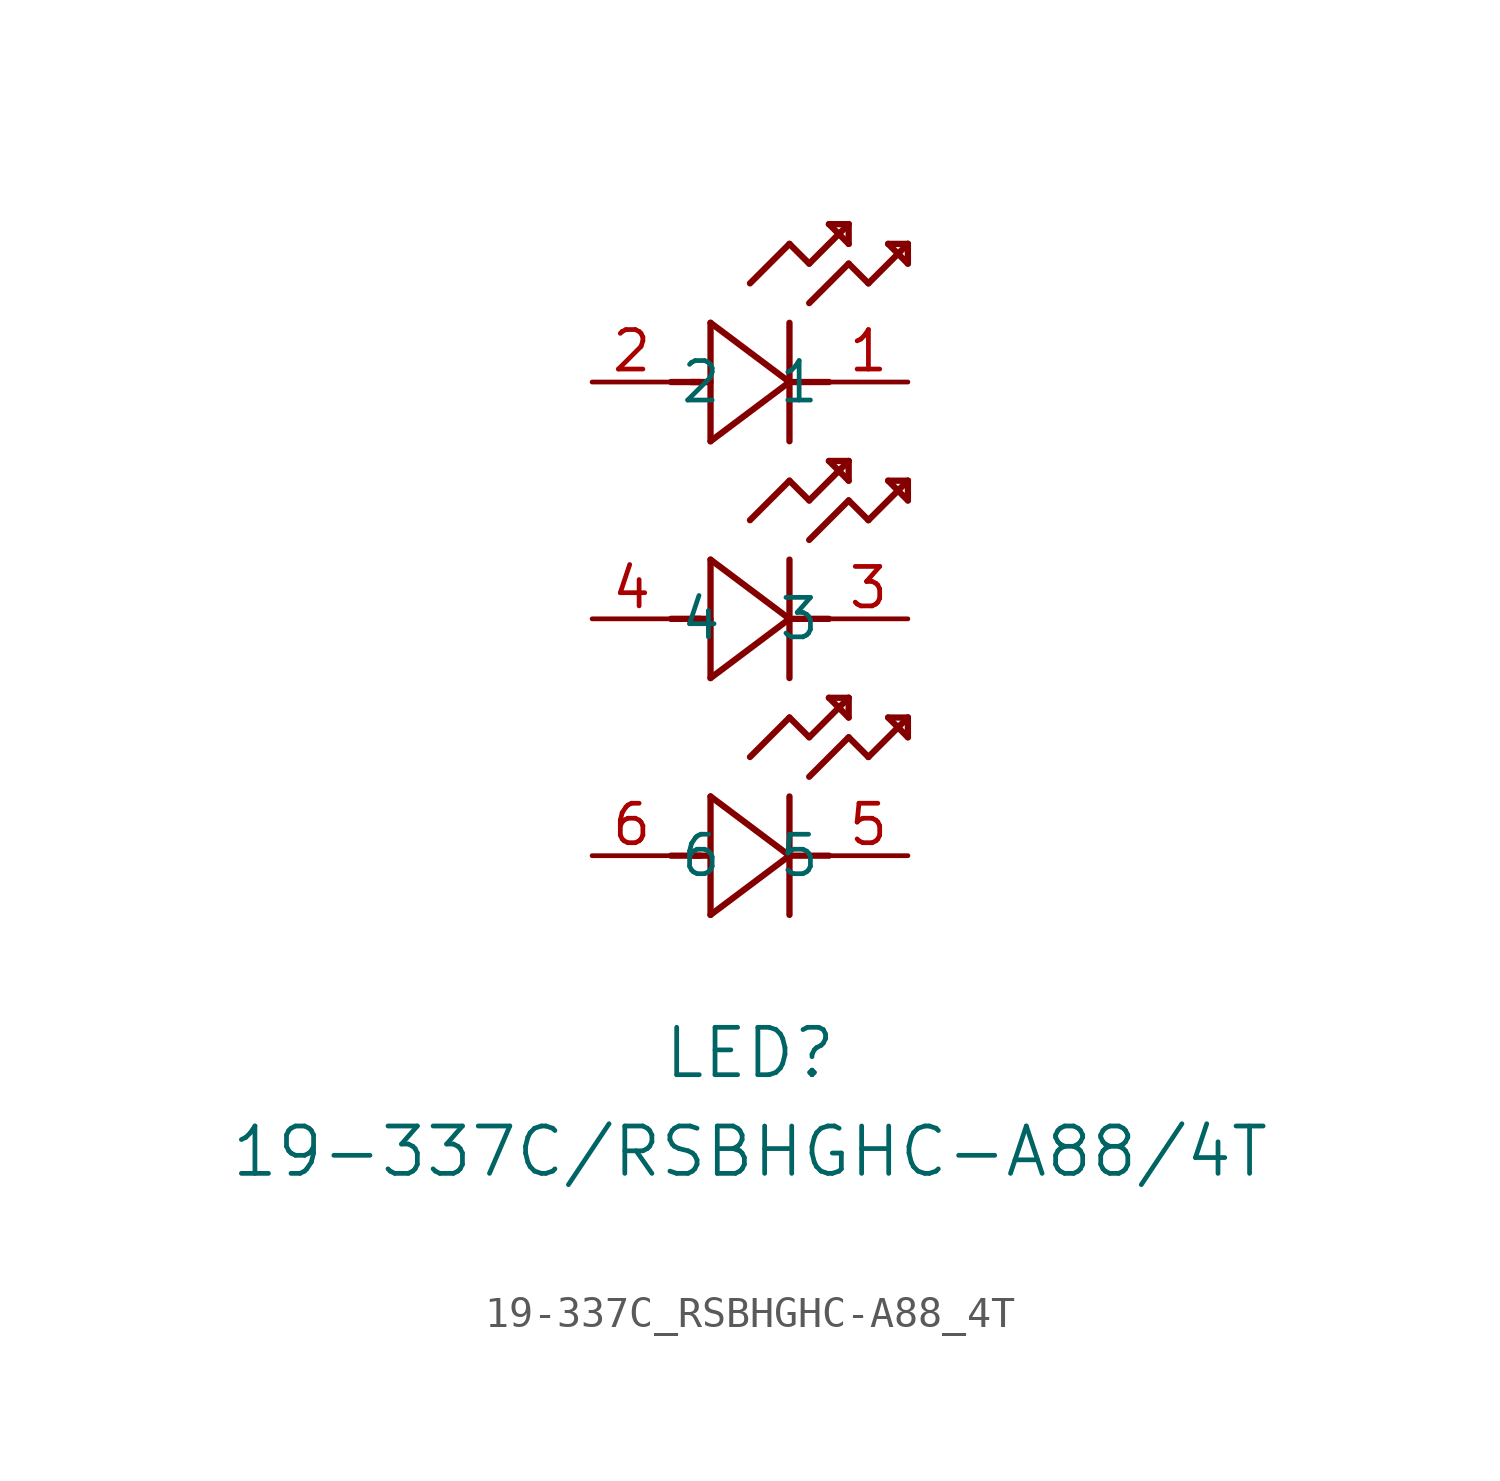
<source format=kicad_sym>
(kicad_symbol_lib
  (version 20211014)
  (generator kicad_symbol_editor)
  (symbol "19-337C_RSBHGHC-A88_4T"
    (pin_names
      (offset 0.254))
    (property "Reference" "LED"
      (at 5.08 -21.59 0)
      (effects (font (size 1.524 1.524))))
    (property "Value" "19-337C/RSBHGHC-A88/4T"
      (at 5.08 -24.765 0)
      (effects (font (size 1.524 1.524))))
    (symbol "19-337C_RSBHGHC-A88_4T_0_1"
      (polyline (pts (xy 2.54 0) (xy 3.48 0)) (stroke (width 0.203) (type default) (color 0 0 0 0)) (fill (type none)))
      (polyline (pts (xy 3.81 1.905) (xy 3.81 -1.905)) (stroke (width 0.203) (type default) (color 0 0 0 0)) (fill (type none)))
      (polyline (pts (xy 3.175 0) (xy 3.81 0)) (stroke (width 0.203) (type default) (color 0 0 0 0)) (fill (type none)))
      (polyline (pts (xy 6.35 -1.905) (xy 6.35 1.905)) (stroke (width 0.203) (type default) (color 0 0 0 0)) (fill (type none)))
      (polyline (pts (xy 6.35 0) (xy 7.62 0)) (stroke (width 0.203) (type default) (color 0 0 0 0)) (fill (type none)))
      (polyline (pts (xy 6.35 4.445) (xy 6.985 3.81)) (stroke (width 0.203) (type default) (color 0 0 0 0)) (fill (type none)))
      (polyline (pts (xy 6.985 3.81) (xy 8.255 5.08)) (stroke (width 0.203) (type default) (color 0 0 0 0)) (fill (type none)))
      (polyline (pts (xy 8.255 3.81) (xy 8.89 3.175)) (stroke (width 0.203) (type default) (color 0 0 0 0)) (fill (type none)))
      (polyline (pts (xy 8.89 3.175) (xy 10.16 4.445)) (stroke (width 0.203) (type default) (color 0 0 0 0)) (fill (type none)))
      (polyline (pts (xy 8.255 5.08) (xy 7.62 5.08)) (stroke (width 0.203) (type default) (color 0 0 0 0)) (fill (type none)))
      (polyline (pts (xy 7.62 5.08) (xy 8.255 4.445)) (stroke (width 0.203) (type default) (color 0 0 0 0)) (fill (type none)))
      (polyline (pts (xy 8.255 4.445) (xy 8.255 5.08)) (stroke (width 0.203) (type default) (color 0 0 0 0)) (fill (type none)))
      (polyline (pts (xy 10.16 4.445) (xy 9.525 4.445)) (stroke (width 0.203) (type default) (color 0 0 0 0)) (fill (type none)))
      (polyline (pts (xy 9.525 4.445) (xy 10.16 3.81)) (stroke (width 0.203) (type default) (color 0 0 0 0)) (fill (type none)))
      (polyline (pts (xy 10.16 3.81) (xy 10.16 4.445)) (stroke (width 0.203) (type default) (color 0 0 0 0)) (fill (type none)))
      (polyline (pts (xy 6.985 2.54) (xy 8.255 3.81)) (stroke (width 0.203) (type default) (color 0 0 0 0)) (fill (type none)))
      (polyline (pts (xy 6.35 0) (xy 3.81 1.905)) (stroke (width 0.203) (type default) (color 0 0 0 0)) (fill (type none)))
      (polyline (pts (xy 3.81 -1.905) (xy 6.35 0)) (stroke (width 0.203) (type default) (color 0 0 0 0)) (fill (type none)))
      (polyline (pts (xy 5.08 3.175) (xy 6.35 4.445)) (stroke (width 0.203) (type default) (color 0 0 0 0)) (fill (type none)))
      (polyline (pts (xy 2.54 -7.62) (xy 3.48 -7.62)) (stroke (width 0.203) (type default) (color 0 0 0 0)) (fill (type none)))
      (polyline (pts (xy 3.81 -5.715) (xy 3.81 -9.525)) (stroke (width 0.203) (type default) (color 0 0 0 0)) (fill (type none)))
      (polyline (pts (xy 3.175 -7.62) (xy 3.81 -7.62)) (stroke (width 0.203) (type default) (color 0 0 0 0)) (fill (type none)))
      (polyline (pts (xy 6.35 -9.525) (xy 6.35 -5.715)) (stroke (width 0.203) (type default) (color 0 0 0 0)) (fill (type none)))
      (polyline (pts (xy 6.35 -7.62) (xy 7.62 -7.62)) (stroke (width 0.203) (type default) (color 0 0 0 0)) (fill (type none)))
      (polyline (pts (xy 6.35 -3.175) (xy 6.985 -3.81)) (stroke (width 0.203) (type default) (color 0 0 0 0)) (fill (type none)))
      (polyline (pts (xy 6.985 -3.81) (xy 8.255 -2.54)) (stroke (width 0.203) (type default) (color 0 0 0 0)) (fill (type none)))
      (polyline (pts (xy 8.255 -3.81) (xy 8.89 -4.445)) (stroke (width 0.203) (type default) (color 0 0 0 0)) (fill (type none)))
      (polyline (pts (xy 8.89 -4.445) (xy 10.16 -3.175)) (stroke (width 0.203) (type default) (color 0 0 0 0)) (fill (type none)))
      (polyline (pts (xy 8.255 -2.54) (xy 7.62 -2.54)) (stroke (width 0.203) (type default) (color 0 0 0 0)) (fill (type none)))
      (polyline (pts (xy 7.62 -2.54) (xy 8.255 -3.175)) (stroke (width 0.203) (type default) (color 0 0 0 0)) (fill (type none)))
      (polyline (pts (xy 8.255 -3.175) (xy 8.255 -2.54)) (stroke (width 0.203) (type default) (color 0 0 0 0)) (fill (type none)))
      (polyline (pts (xy 10.16 -3.175) (xy 9.525 -3.175)) (stroke (width 0.203) (type default) (color 0 0 0 0)) (fill (type none)))
      (polyline (pts (xy 9.525 -3.175) (xy 10.16 -3.81)) (stroke (width 0.203) (type default) (color 0 0 0 0)) (fill (type none)))
      (polyline (pts (xy 10.16 -3.81) (xy 10.16 -3.175)) (stroke (width 0.203) (type default) (color 0 0 0 0)) (fill (type none)))
      (polyline (pts (xy 6.985 -5.08) (xy 8.255 -3.81)) (stroke (width 0.203) (type default) (color 0 0 0 0)) (fill (type none)))
      (polyline (pts (xy 6.35 -7.62) (xy 3.81 -5.715)) (stroke (width 0.203) (type default) (color 0 0 0 0)) (fill (type none)))
      (polyline (pts (xy 3.81 -9.525) (xy 6.35 -7.62)) (stroke (width 0.203) (type default) (color 0 0 0 0)) (fill (type none)))
      (polyline (pts (xy 5.08 -4.445) (xy 6.35 -3.175)) (stroke (width 0.203) (type default) (color 0 0 0 0)) (fill (type none)))
      (polyline (pts (xy 2.54 -15.24) (xy 3.48 -15.24)) (stroke (width 0.203) (type default) (color 0 0 0 0)) (fill (type none)))
      (polyline (pts (xy 3.81 -13.335) (xy 3.81 -17.145)) (stroke (width 0.203) (type default) (color 0 0 0 0)) (fill (type none)))
      (polyline (pts (xy 3.175 -15.24) (xy 3.81 -15.24)) (stroke (width 0.203) (type default) (color 0 0 0 0)) (fill (type none)))
      (polyline (pts (xy 6.35 -17.145) (xy 6.35 -13.335)) (stroke (width 0.203) (type default) (color 0 0 0 0)) (fill (type none)))
      (polyline (pts (xy 6.35 -15.24) (xy 7.62 -15.24)) (stroke (width 0.203) (type default) (color 0 0 0 0)) (fill (type none)))
      (polyline (pts (xy 6.35 -10.795) (xy 6.985 -11.43)) (stroke (width 0.203) (type default) (color 0 0 0 0)) (fill (type none)))
      (polyline (pts (xy 6.985 -11.43) (xy 8.255 -10.16)) (stroke (width 0.203) (type default) (color 0 0 0 0)) (fill (type none)))
      (polyline (pts (xy 8.255 -11.43) (xy 8.89 -12.065)) (stroke (width 0.203) (type default) (color 0 0 0 0)) (fill (type none)))
      (polyline (pts (xy 8.89 -12.065) (xy 10.16 -10.795)) (stroke (width 0.203) (type default) (color 0 0 0 0)) (fill (type none)))
      (polyline (pts (xy 8.255 -10.16) (xy 7.62 -10.16)) (stroke (width 0.203) (type default) (color 0 0 0 0)) (fill (type none)))
      (polyline (pts (xy 7.62 -10.16) (xy 8.255 -10.795)) (stroke (width 0.203) (type default) (color 0 0 0 0)) (fill (type none)))
      (polyline (pts (xy 8.255 -10.795) (xy 8.255 -10.16)) (stroke (width 0.203) (type default) (color 0 0 0 0)) (fill (type none)))
      (polyline (pts (xy 10.16 -10.795) (xy 9.525 -10.795)) (stroke (width 0.203) (type default) (color 0 0 0 0)) (fill (type none)))
      (polyline (pts (xy 9.525 -10.795) (xy 10.16 -11.43)) (stroke (width 0.203) (type default) (color 0 0 0 0)) (fill (type none)))
      (polyline (pts (xy 10.16 -11.43) (xy 10.16 -10.795)) (stroke (width 0.203) (type default) (color 0 0 0 0)) (fill (type none)))
      (polyline (pts (xy 6.985 -12.7) (xy 8.255 -11.43)) (stroke (width 0.203) (type default) (color 0 0 0 0)) (fill (type none)))
      (polyline (pts (xy 6.35 -15.24) (xy 3.81 -13.335)) (stroke (width 0.203) (type default) (color 0 0 0 0)) (fill (type none)))
      (polyline (pts (xy 3.81 -17.145) (xy 6.35 -15.24)) (stroke (width 0.203) (type default) (color 0 0 0 0)) (fill (type none)))
      (polyline (pts (xy 5.08 -12.065) (xy 6.35 -10.795)) (stroke (width 0.203) (type default) (color 0 0 0 0)) (fill (type none)))
      (pin unspecified line (at 10.16 0 180) (length 2.54) (name "1" (effects (font (size 1.27 1.27)))) (number "1" (effects (font (size 1.27 1.27)))))
      (pin unspecified line (at 0 0 0) (length 2.54) (name "2" (effects (font (size 1.27 1.27)))) (number "2" (effects (font (size 1.27 1.27)))))
      (pin unspecified line (at 10.16 -7.62 180) (length 2.54) (name "3" (effects (font (size 1.27 1.27)))) (number "3" (effects (font (size 1.27 1.27)))))
      (pin unspecified line (at 0 -7.62 0) (length 2.54) (name "4" (effects (font (size 1.27 1.27)))) (number "4" (effects (font (size 1.27 1.27)))))
      (pin unspecified line (at 10.16 -15.24 180) (length 2.54) (name "5" (effects (font (size 1.27 1.27)))) (number "5" (effects (font (size 1.27 1.27)))))
      (pin unspecified line (at 0 -15.24 0) (length 2.54) (name "6" (effects (font (size 1.27 1.27)))) (number "6" (effects (font (size 1.27 1.27))))))))
</source>
